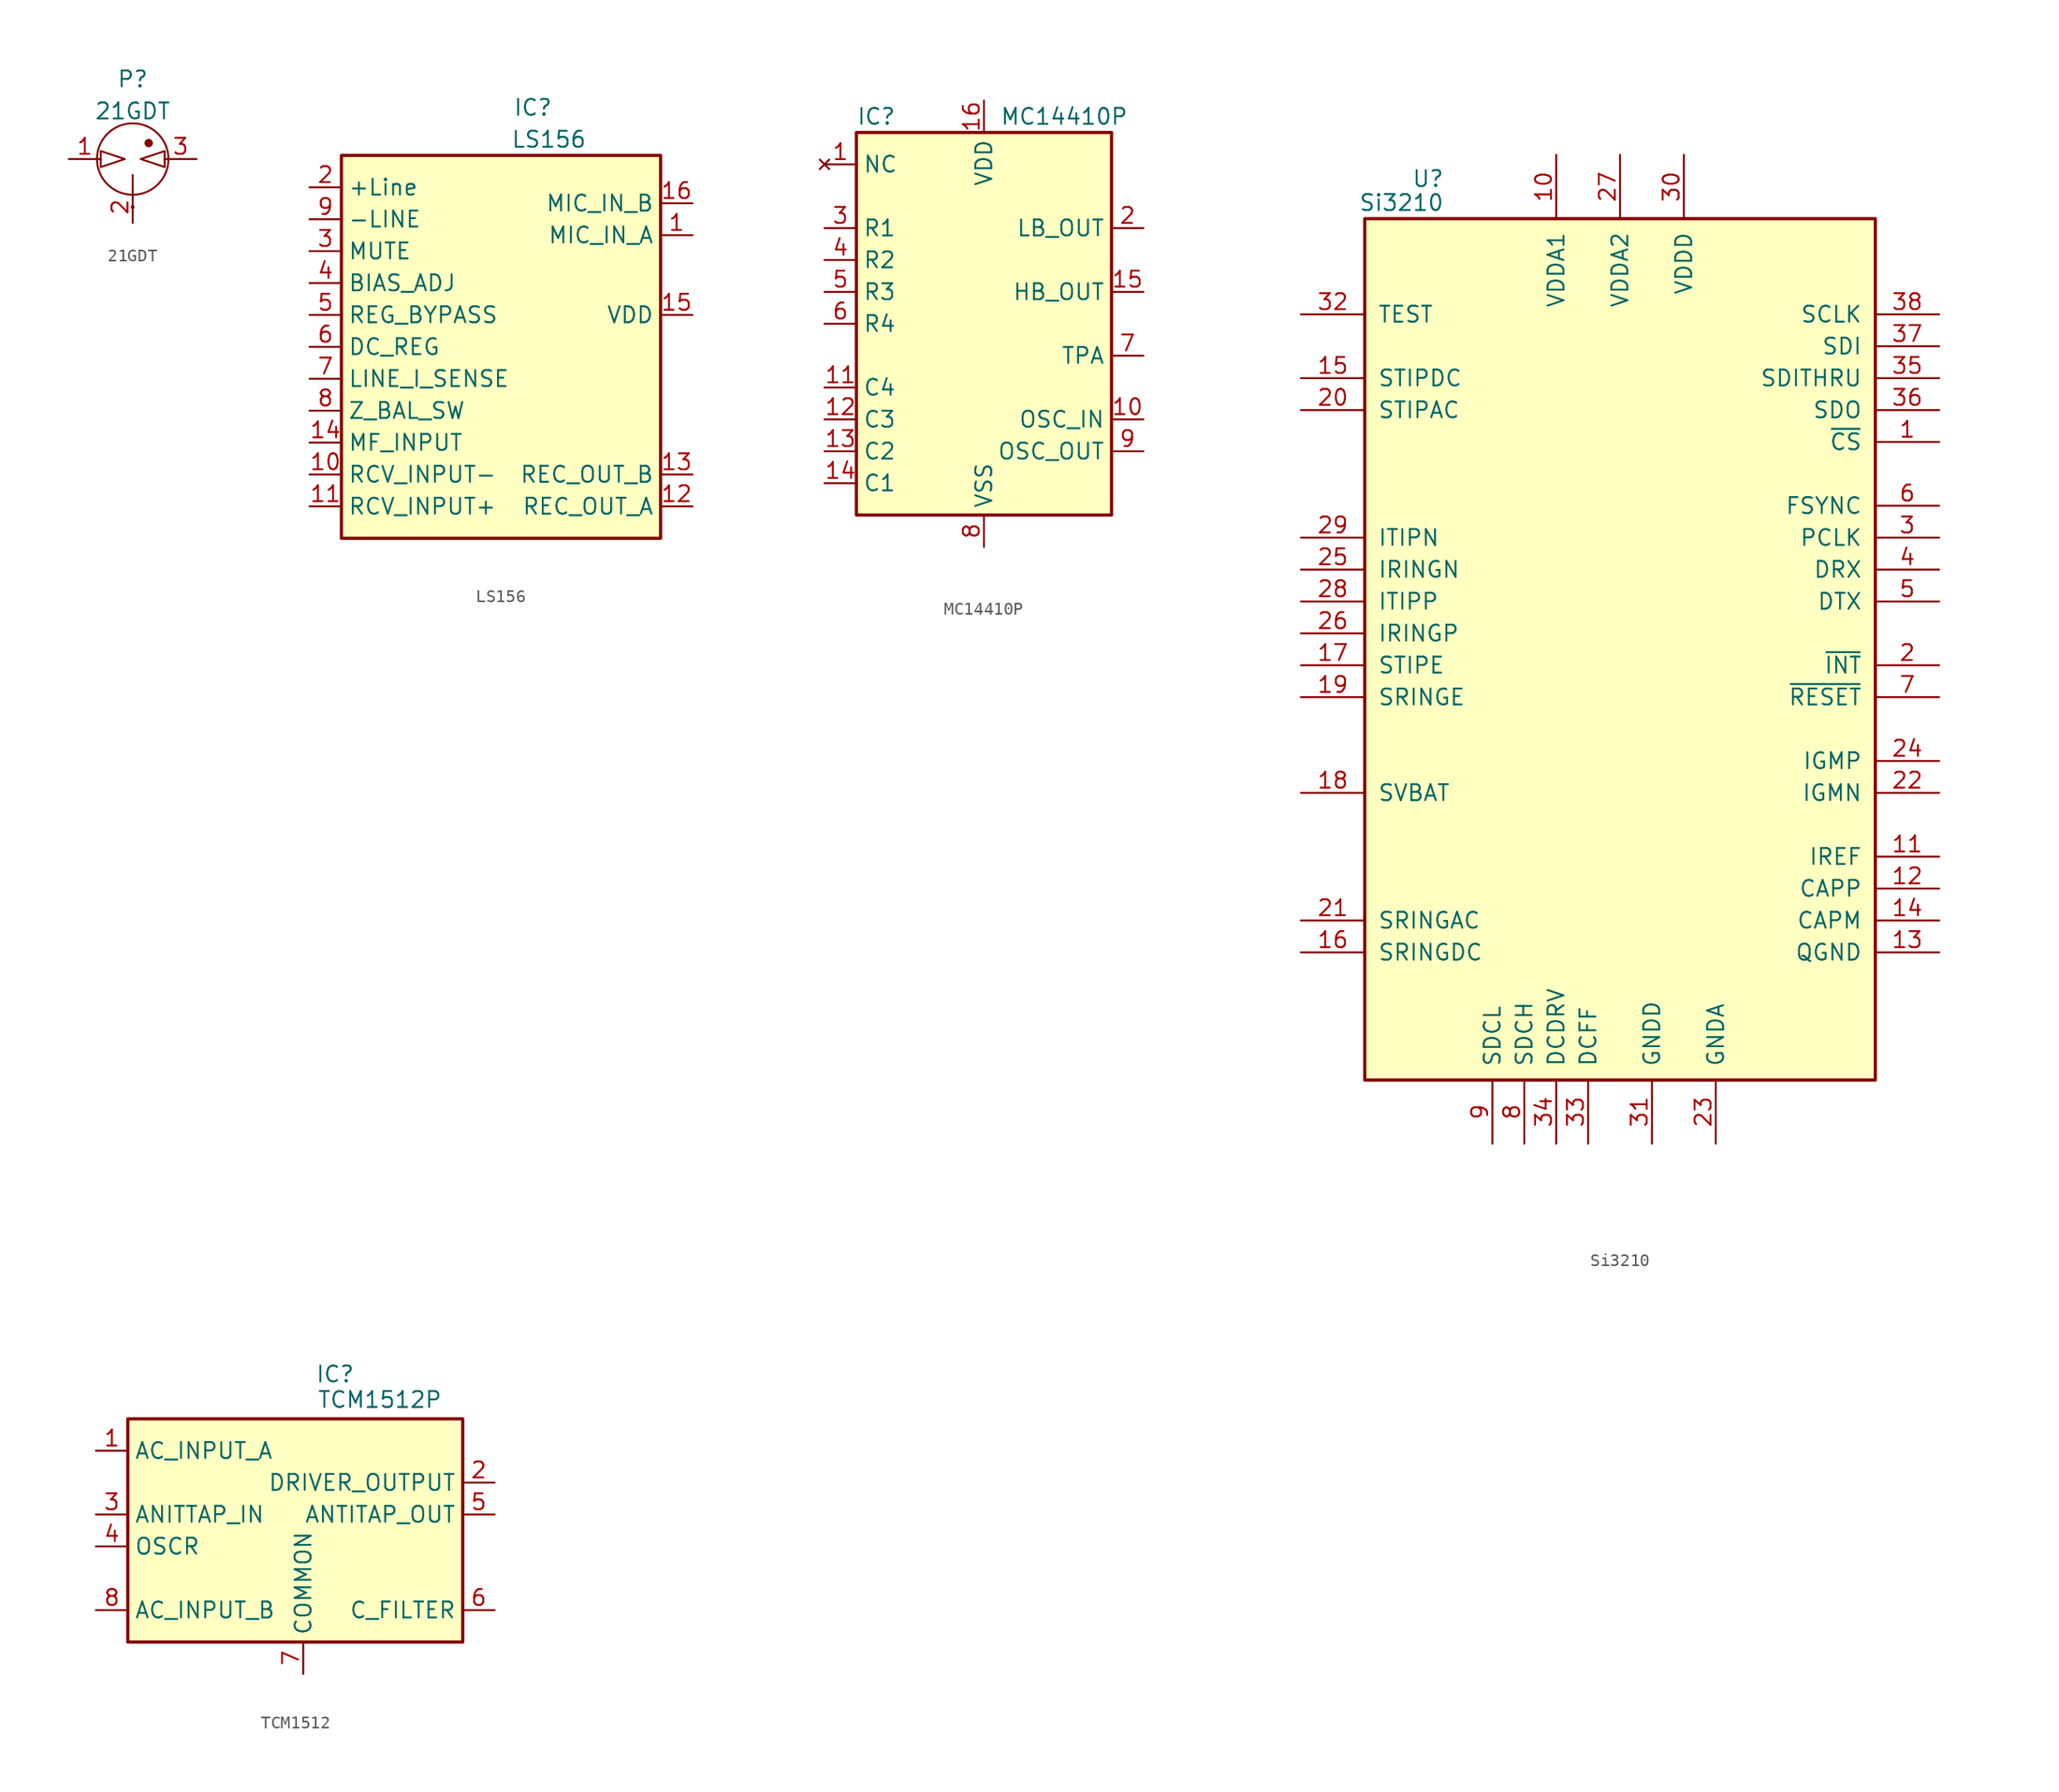
<source format=kicad_sym>
(kicad_symbol_lib
  (version 20231120)
  (generator "kicad_symbol_editor")
  (generator_version "8.0")
  (symbol "21GDT"
    (property "Reference" "P"
      (at 0 6.35 0)
      (effects (font (size 1.27 1.27))))
    (property "Value" "21GDT"
      (at 0 3.81 0)
      (effects (font (size 1.27 1.27))))
    (symbol "21GDT_0_1"
      (circle (center 0 -3.81) (radius 0.0001) (stroke (width 0) (type default)) (fill (type none)))
      (polyline (pts (xy 0 -2.54) (xy 0 -1.27)) (stroke (width 0) (type default)) (fill (type none)))
      (polyline (pts (xy -2.54 0.635) (xy -2.54 -0.635) (xy -0.635 0) (xy -2.54 0.635)) (stroke (width 0) (type default)) (fill (type none)))
      (polyline (pts (xy 2.54 0.635) (xy 2.54 -0.635) (xy 0.635 0) (xy 2.54 0.635)) (stroke (width 0) (type default)) (fill (type none)))
      (circle (center 0 0) (radius 2.84) (stroke (width 0) (type default)) (fill (type none)))
      (circle (center 1.27 1.27) (radius 0.254) (stroke (width 0) (type default)) (fill (type outline))))
    (symbol "21GDT_1_1"
      (pin passive line (at -5.08 0 0) (length 2.54) (name "~" (effects (font (size 1.27 1.27)))) (number "1" (effects (font (size 1.27 1.27)))))
      (pin passive line (at 0 -5.08 90) (length 2.54) (name "" (effects (font (size 1.27 1.27)))) (number "2" (effects (font (size 1.27 1.27)))))
      (pin passive line (at 5.08 0 180) (length 2.54) (name "~" (effects (font (size 1.27 1.27)))) (number "3" (effects (font (size 1.27 1.27)))))))
  (symbol "LS156"
    (property "Reference" "IC"
      (at 2.54 19.05 0)
      (effects (font (size 1.27 1.27))))
    (property "Value" "LS156"
      (at 3.81 16.51 0)
      (effects (font (size 1.27 1.27))))
    (symbol "LS156_0_1"
      (rectangle (start -12.7 15.24) (end 12.7 -15.24) (stroke (width 0.254) (type default)) (fill (type background))))
    (symbol "LS156_1_1"
      (pin input line (at 15.24 8.89 180) (length 2.54) (name "MIC_IN_A" (effects (font (size 1.27 1.27)))) (number "1" (effects (font (size 1.27 1.27)))))
      (pin input line (at -15.24 -10.16 0) (length 2.54) (name "RCV_INPUT-" (effects (font (size 1.27 1.27)))) (number "10" (effects (font (size 1.27 1.27)))))
      (pin input line (at -15.24 -12.7 0) (length 2.54) (name "RCV_INPUT+" (effects (font (size 1.27 1.27)))) (number "11" (effects (font (size 1.27 1.27)))))
      (pin output line (at 15.24 -12.7 180) (length 2.54) (name "REC_OUT_A" (effects (font (size 1.27 1.27)))) (number "12" (effects (font (size 1.27 1.27)))))
      (pin output line (at 15.24 -10.16 180) (length 2.54) (name "REC_OUT_B" (effects (font (size 1.27 1.27)))) (number "13" (effects (font (size 1.27 1.27)))))
      (pin input line (at -15.24 -7.62 0) (length 2.54) (name "MF_INPUT" (effects (font (size 1.27 1.27)))) (number "14" (effects (font (size 1.27 1.27)))))
      (pin power_out line (at 15.24 2.54 180) (length 2.54) (name "VDD" (effects (font (size 1.27 1.27)))) (number "15" (effects (font (size 1.27 1.27)))))
      (pin input line (at 15.24 11.43 180) (length 2.54) (name "MIC_IN_B" (effects (font (size 1.27 1.27)))) (number "16" (effects (font (size 1.27 1.27)))))
      (pin bidirectional line (at -15.24 12.7 0) (length 2.54) (name "+Line" (effects (font (size 1.27 1.27)))) (number "2" (effects (font (size 1.27 1.27)))))
      (pin input line (at -15.24 7.62 0) (length 2.54) (name "MUTE" (effects (font (size 1.27 1.27)))) (number "3" (effects (font (size 1.27 1.27)))))
      (pin passive line (at -15.24 5.08 0) (length 2.54) (name "BIAS_ADJ" (effects (font (size 1.27 1.27)))) (number "4" (effects (font (size 1.27 1.27)))))
      (pin passive line (at -15.24 2.54 0) (length 2.54) (name "REG_BYPASS" (effects (font (size 1.27 1.27)))) (number "5" (effects (font (size 1.27 1.27)))))
      (pin passive line (at -15.24 0 0) (length 2.54) (name "DC_REG" (effects (font (size 1.27 1.27)))) (number "6" (effects (font (size 1.27 1.27)))))
      (pin passive line (at -15.24 -2.54 0) (length 2.54) (name "LINE_I_SENSE" (effects (font (size 1.27 1.27)))) (number "7" (effects (font (size 1.27 1.27)))))
      (pin passive line (at -15.24 -5.08 0) (length 2.54) (name "Z_BAL_SW" (effects (font (size 1.27 1.27)))) (number "8" (effects (font (size 1.27 1.27)))))
      (pin bidirectional line (at -15.24 10.16 0) (length 2.54) (name "-LINE" (effects (font (size 1.27 1.27)))) (number "9" (effects (font (size 1.27 1.27)))))))
  (symbol "MC14410P"
    (property "Reference" "IC"
      (at -10.16 16.51 0)
      (effects (font (size 1.27 1.27)) (justify left)))
    (property "Value" "MC14410P"
      (at 1.27 16.51 0)
      (effects (font (size 1.27 1.27)) (justify left)))
    (symbol "MC14410P_0_1"
      (rectangle (start -10.16 15.24) (end 10.16 -15.24) (stroke (width 0.254) (type default)) (fill (type background))))
    (symbol "MC14410P_1_1"
      (pin no_connect line (at -12.7 12.7 0) (length 2.54) (name "NC" (effects (font (size 1.27 1.27)))) (number "1" (effects (font (size 1.27 1.27)))))
      (pin input line (at 12.7 -7.62 180) (length 2.54) (name "OSC_IN" (effects (font (size 1.27 1.27)))) (number "10" (effects (font (size 1.27 1.27)))))
      (pin input line (at -12.7 -5.08 0) (length 2.54) (name "C4" (effects (font (size 1.27 1.27)))) (number "11" (effects (font (size 1.27 1.27)))))
      (pin input line (at -12.7 -7.62 0) (length 2.54) (name "C3" (effects (font (size 1.27 1.27)))) (number "12" (effects (font (size 1.27 1.27)))))
      (pin input line (at -12.7 -10.16 0) (length 2.54) (name "C2" (effects (font (size 1.27 1.27)))) (number "13" (effects (font (size 1.27 1.27)))))
      (pin input line (at -12.7 -12.7 0) (length 2.54) (name "C1" (effects (font (size 1.27 1.27)))) (number "14" (effects (font (size 1.27 1.27)))))
      (pin output line (at 12.7 2.54 180) (length 2.54) (name "HB_OUT" (effects (font (size 1.27 1.27)))) (number "15" (effects (font (size 1.27 1.27)))))
      (pin power_in line (at 0 17.78 270) (length 2.54) (name "VDD" (effects (font (size 1.27 1.27)))) (number "16" (effects (font (size 1.27 1.27)))))
      (pin output line (at 12.7 7.62 180) (length 2.54) (name "LB_OUT" (effects (font (size 1.27 1.27)))) (number "2" (effects (font (size 1.27 1.27)))))
      (pin input line (at -12.7 7.62 0) (length 2.54) (name "R1" (effects (font (size 1.27 1.27)))) (number "3" (effects (font (size 1.27 1.27)))))
      (pin input line (at -12.7 5.08 0) (length 2.54) (name "R2" (effects (font (size 1.27 1.27)))) (number "4" (effects (font (size 1.27 1.27)))))
      (pin input line (at -12.7 2.54 0) (length 2.54) (name "R3" (effects (font (size 1.27 1.27)))) (number "5" (effects (font (size 1.27 1.27)))))
      (pin input line (at -12.7 0 0) (length 2.54) (name "R4" (effects (font (size 1.27 1.27)))) (number "6" (effects (font (size 1.27 1.27)))))
      (pin output line (at 12.7 -2.54 180) (length 2.54) (name "TPA" (effects (font (size 1.27 1.27)))) (number "7" (effects (font (size 1.27 1.27)))))
      (pin power_in line (at 0 -17.78 90) (length 2.54) (name "VSS" (effects (font (size 1.27 1.27)))) (number "8" (effects (font (size 1.27 1.27)))))
      (pin output line (at 12.7 -10.16 180) (length 2.54) (name "OSC_OUT" (effects (font (size 1.27 1.27)))) (number "9" (effects (font (size 1.27 1.27)))))))
  (symbol "Si3210"
    (pin_names
      (offset 1.016))
    (property "Reference" "U"
      (at -13.97 36.195 0)
      (effects (font (size 1.27 1.27)) (justify right)))
    (property "Value" "Si3210"
      (at -13.97 34.29 0)
      (effects (font (size 1.27 1.27)) (justify right)))
    (symbol "Si3210_0_1"
      (rectangle (start -20.32 33.02) (end 20.32 -35.56) (stroke (width 0.254) (type default)) (fill (type background))))
    (symbol "Si3210_1_1"
      (pin input line (at 25.4 15.24 180) (length 5.08) (name "~{CS}" (effects (font (size 1.27 1.27)))) (number "1" (effects (font (size 1.27 1.27)))))
      (pin power_in line (at -5.08 38.1 270) (length 5.08) (name "VDDA1" (effects (font (size 1.27 1.27)))) (number "10" (effects (font (size 1.27 1.27)))))
      (pin output line (at 25.4 -17.78 180) (length 5.08) (name "IREF" (effects (font (size 1.27 1.27)))) (number "11" (effects (font (size 1.27 1.27)))))
      (pin output line (at 25.4 -20.32 180) (length 5.08) (name "CAPP" (effects (font (size 1.27 1.27)))) (number "12" (effects (font (size 1.27 1.27)))))
      (pin power_in line (at 25.4 -25.4 180) (length 5.08) (name "QGND" (effects (font (size 1.27 1.27)))) (number "13" (effects (font (size 1.27 1.27)))))
      (pin output line (at 25.4 -22.86 180) (length 5.08) (name "CAPM" (effects (font (size 1.27 1.27)))) (number "14" (effects (font (size 1.27 1.27)))))
      (pin input line (at -25.4 20.32 0) (length 5.08) (name "STIPDC" (effects (font (size 1.27 1.27)))) (number "15" (effects (font (size 1.27 1.27)))))
      (pin input line (at -25.4 -25.4 0) (length 5.08) (name "SRINGDC" (effects (font (size 1.27 1.27)))) (number "16" (effects (font (size 1.27 1.27)))))
      (pin input line (at -25.4 -2.54 0) (length 5.08) (name "STIPE" (effects (font (size 1.27 1.27)))) (number "17" (effects (font (size 1.27 1.27)))))
      (pin input line (at -25.4 -12.7 0) (length 5.08) (name "SVBAT" (effects (font (size 1.27 1.27)))) (number "18" (effects (font (size 1.27 1.27)))))
      (pin input line (at -25.4 -5.08 0) (length 5.08) (name "SRINGE" (effects (font (size 1.27 1.27)))) (number "19" (effects (font (size 1.27 1.27)))))
      (pin output line (at 25.4 -2.54 180) (length 5.08) (name "~{INT}" (effects (font (size 1.27 1.27)))) (number "2" (effects (font (size 1.27 1.27)))))
      (pin input line (at -25.4 17.78 0) (length 5.08) (name "STIPAC" (effects (font (size 1.27 1.27)))) (number "20" (effects (font (size 1.27 1.27)))))
      (pin input line (at -25.4 -22.86 0) (length 5.08) (name "SRINGAC" (effects (font (size 1.27 1.27)))) (number "21" (effects (font (size 1.27 1.27)))))
      (pin output line (at 25.4 -12.7 180) (length 5.08) (name "IGMN" (effects (font (size 1.27 1.27)))) (number "22" (effects (font (size 1.27 1.27)))))
      (pin power_in line (at 7.62 -40.64 90) (length 5.08) (name "GNDA" (effects (font (size 1.27 1.27)))) (number "23" (effects (font (size 1.27 1.27)))))
      (pin output line (at 25.4 -10.16 180) (length 5.08) (name "IGMP" (effects (font (size 1.27 1.27)))) (number "24" (effects (font (size 1.27 1.27)))))
      (pin input line (at -25.4 5.08 0) (length 5.08) (name "IRINGN" (effects (font (size 1.27 1.27)))) (number "25" (effects (font (size 1.27 1.27)))))
      (pin input line (at -25.4 0 0) (length 5.08) (name "IRINGP" (effects (font (size 1.27 1.27)))) (number "26" (effects (font (size 1.27 1.27)))))
      (pin power_in line (at 0 38.1 270) (length 5.08) (name "VDDA2" (effects (font (size 1.27 1.27)))) (number "27" (effects (font (size 1.27 1.27)))))
      (pin input line (at -25.4 2.54 0) (length 5.08) (name "ITIPP" (effects (font (size 1.27 1.27)))) (number "28" (effects (font (size 1.27 1.27)))))
      (pin input line (at -25.4 7.62 0) (length 5.08) (name "ITIPN" (effects (font (size 1.27 1.27)))) (number "29" (effects (font (size 1.27 1.27)))))
      (pin input line (at 25.4 7.62 180) (length 5.08) (name "PCLK" (effects (font (size 1.27 1.27)))) (number "3" (effects (font (size 1.27 1.27)))))
      (pin power_in line (at 5.08 38.1 270) (length 5.08) (name "VDDD" (effects (font (size 1.27 1.27)))) (number "30" (effects (font (size 1.27 1.27)))))
      (pin power_in line (at 2.54 -40.64 90) (length 5.08) (name "GNDD" (effects (font (size 1.27 1.27)))) (number "31" (effects (font (size 1.27 1.27)))))
      (pin input line (at -25.4 25.4 0) (length 5.08) (name "TEST" (effects (font (size 1.27 1.27)))) (number "32" (effects (font (size 1.27 1.27)))))
      (pin output line (at -2.54 -40.64 90) (length 5.08) (name "DCFF" (effects (font (size 1.27 1.27)))) (number "33" (effects (font (size 1.27 1.27)))))
      (pin output line (at -5.08 -40.64 90) (length 5.08) (name "DCDRV" (effects (font (size 1.27 1.27)))) (number "34" (effects (font (size 1.27 1.27)))))
      (pin output line (at 25.4 20.32 180) (length 5.08) (name "SDITHRU" (effects (font (size 1.27 1.27)))) (number "35" (effects (font (size 1.27 1.27)))))
      (pin output line (at 25.4 17.78 180) (length 5.08) (name "SDO" (effects (font (size 1.27 1.27)))) (number "36" (effects (font (size 1.27 1.27)))))
      (pin input line (at 25.4 22.86 180) (length 5.08) (name "SDI" (effects (font (size 1.27 1.27)))) (number "37" (effects (font (size 1.27 1.27)))))
      (pin input line (at 25.4 25.4 180) (length 5.08) (name "SCLK" (effects (font (size 1.27 1.27)))) (number "38" (effects (font (size 1.27 1.27)))))
      (pin input line (at 25.4 5.08 180) (length 5.08) (name "DRX" (effects (font (size 1.27 1.27)))) (number "4" (effects (font (size 1.27 1.27)))))
      (pin output line (at 25.4 2.54 180) (length 5.08) (name "DTX" (effects (font (size 1.27 1.27)))) (number "5" (effects (font (size 1.27 1.27)))))
      (pin input line (at 25.4 10.16 180) (length 5.08) (name "FSYNC" (effects (font (size 1.27 1.27)))) (number "6" (effects (font (size 1.27 1.27)))))
      (pin input line (at 25.4 -5.08 180) (length 5.08) (name "~{RESET}" (effects (font (size 1.27 1.27)))) (number "7" (effects (font (size 1.27 1.27)))))
      (pin output line (at -7.62 -40.64 90) (length 5.08) (name "SDCH" (effects (font (size 1.27 1.27)))) (number "8" (effects (font (size 1.27 1.27)))))
      (pin output line (at -10.16 -40.64 90) (length 5.08) (name "SDCL" (effects (font (size 1.27 1.27)))) (number "9" (effects (font (size 1.27 1.27)))))))
  (symbol "TCM1512"
    (property "Reference" "IC"
      (at 2.54 12.446 0)
      (effects (font (size 1.27 1.27))))
    (property "Value" "TCM1512P"
      (at 6.096 10.414 0)
      (effects (font (size 1.27 1.27))))
    (symbol "TCM1512_0_1"
      (rectangle (start -13.97 8.89) (end 12.7 -8.89) (stroke (width 0.254) (type default)) (fill (type background))))
    (symbol "TCM1512_1_1"
      (pin power_in line (at -16.51 6.35 0) (length 2.54) (name "AC_INPUT_A" (effects (font (size 1.27 1.27)))) (number "1" (effects (font (size 1.27 1.27)))))
      (pin output line (at 15.24 3.81 180) (length 2.54) (name "DRIVER_OUTPUT" (effects (font (size 1.27 1.27)))) (number "2" (effects (font (size 1.27 1.27)))))
      (pin input line (at -16.51 1.27 0) (length 2.54) (name "ANITTAP_IN" (effects (font (size 1.27 1.27)))) (number "3" (effects (font (size 1.27 1.27)))))
      (pin input line (at -16.51 -1.27 0) (length 2.54) (name "OSCR" (effects (font (size 1.27 1.27)))) (number "4" (effects (font (size 1.27 1.27)))))
      (pin output line (at 15.24 1.27 180) (length 2.54) (name "ANTITAP_OUT" (effects (font (size 1.27 1.27)))) (number "5" (effects (font (size 1.27 1.27)))))
      (pin output line (at 15.24 -6.35 180) (length 2.54) (name "C_FILTER" (effects (font (size 1.27 1.27)))) (number "6" (effects (font (size 1.27 1.27)))))
      (pin power_in line (at 0 -11.43 90) (length 2.54) (name "COMMON" (effects (font (size 1.27 1.27)))) (number "7" (effects (font (size 1.27 1.27)))))
      (pin input line (at -16.51 -6.35 0) (length 2.54) (name "AC_INPUT_B" (effects (font (size 1.27 1.27)))) (number "8" (effects (font (size 1.27 1.27))))))))
</source>
